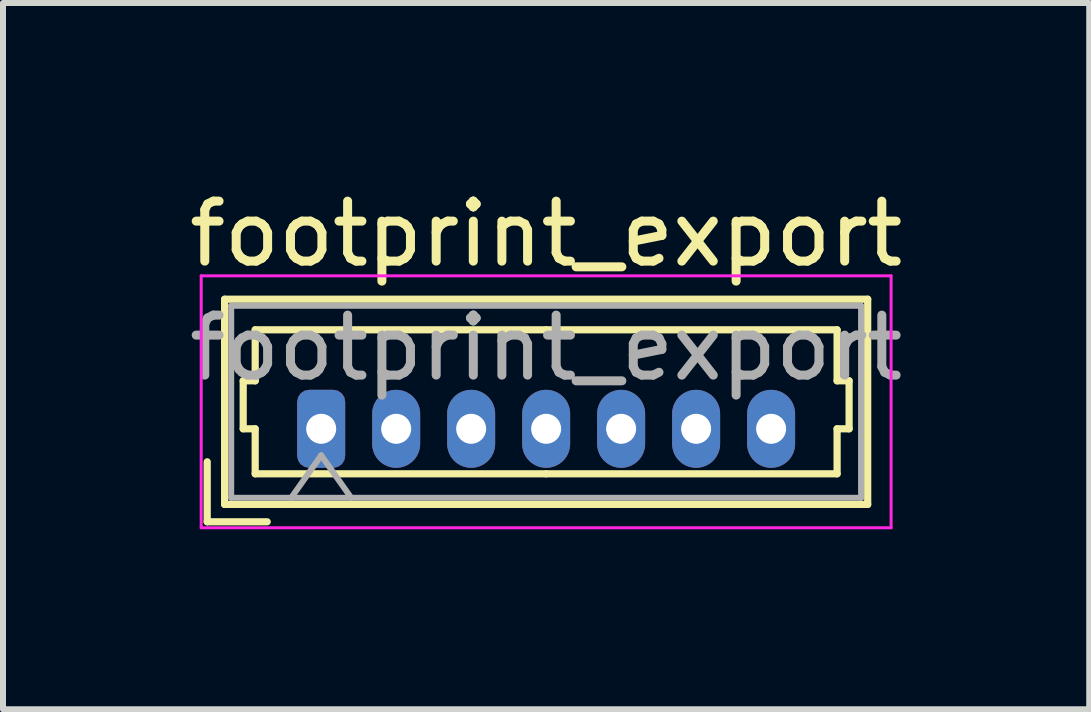
<source format=kicad_pcb>
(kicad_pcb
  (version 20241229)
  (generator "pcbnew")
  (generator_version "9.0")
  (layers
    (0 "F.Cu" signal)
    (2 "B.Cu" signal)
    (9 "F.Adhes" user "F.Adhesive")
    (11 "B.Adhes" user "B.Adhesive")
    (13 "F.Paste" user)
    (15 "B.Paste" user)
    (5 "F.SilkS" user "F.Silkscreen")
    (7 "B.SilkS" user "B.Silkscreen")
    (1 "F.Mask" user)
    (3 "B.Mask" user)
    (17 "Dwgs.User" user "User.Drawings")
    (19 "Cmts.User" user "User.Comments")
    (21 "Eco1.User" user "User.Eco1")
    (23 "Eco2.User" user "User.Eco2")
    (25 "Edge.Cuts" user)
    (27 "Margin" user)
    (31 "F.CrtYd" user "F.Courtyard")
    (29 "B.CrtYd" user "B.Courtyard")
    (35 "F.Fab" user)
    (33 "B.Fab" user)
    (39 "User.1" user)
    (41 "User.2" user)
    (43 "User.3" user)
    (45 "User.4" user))
  (footprint "footprint_export"
    (layer "F.Cu")
    (at 2.304 4.098)
    (property "Reference" "footprint_export" (at 3.75 -3.25 0) (layer "F.SilkS") (effects (font (size 1 1) (thickness 0.15))))
    (attr through_hole)
    (fp_line (start -1.9 1.55) (end -1.9 0.55) (stroke (width 0.12) (type solid)) (layer "F.SilkS"))
    (fp_line (start -1.9 1.55) (end -0.9 1.55) (stroke (width 0.12) (type solid)) (layer "F.SilkS"))
    (fp_line (start -1.61 -2.16) (end -1.61 1.26) (stroke (width 0.12) (type solid)) (layer "F.SilkS"))
    (fp_line (start -1.61 1.26) (end 9.11 1.26) (stroke (width 0.12) (type solid)) (layer "F.SilkS"))
    (fp_line (start -1.3 -0.8) (end -1.1 -0.8) (stroke (width 0.12) (type solid)) (layer "F.SilkS"))
    (fp_line (start -1.3 0) (end -1.3 -0.8) (stroke (width 0.12) (type solid)) (layer "F.SilkS"))
    (fp_line (start -1.1 -1.65) (end 3.75 -1.65) (stroke (width 0.12) (type solid)) (layer "F.SilkS"))
    (fp_line (start -1.1 -0.8) (end -1.1 -1.65) (stroke (width 0.12) (type solid)) (layer "F.SilkS"))
    (fp_line (start -1.1 0) (end -1.3 0) (stroke (width 0.12) (type solid)) (layer "F.SilkS"))
    (fp_line (start -1.1 0.75) (end -1.1 0) (stroke (width 0.12) (type solid)) (layer "F.SilkS"))
    (fp_line (start 3.75 0.75) (end -1.1 0.75) (stroke (width 0.12) (type solid)) (layer "F.SilkS"))
    (fp_line (start 3.75 0.75) (end 8.6 0.75) (stroke (width 0.12) (type solid)) (layer "F.SilkS"))
    (fp_line (start 8.6 -1.65) (end 3.75 -1.65) (stroke (width 0.12) (type solid)) (layer "F.SilkS"))
    (fp_line (start 8.6 -0.8) (end 8.6 -1.65) (stroke (width 0.12) (type solid)) (layer "F.SilkS"))
    (fp_line (start 8.6 0) (end 8.8 0) (stroke (width 0.12) (type solid)) (layer "F.SilkS"))
    (fp_line (start 8.6 0.75) (end 8.6 0) (stroke (width 0.12) (type solid)) (layer "F.SilkS"))
    (fp_line (start 8.8 -0.8) (end 8.6 -0.8) (stroke (width 0.12) (type solid)) (layer "F.SilkS"))
    (fp_line (start 8.8 0) (end 8.8 -0.8) (stroke (width 0.12) (type solid)) (layer "F.SilkS"))
    (fp_line (start 9.11 -2.16) (end -1.61 -2.16) (stroke (width 0.12) (type solid)) (layer "F.SilkS"))
    (fp_line (start 9.11 1.26) (end 9.11 -2.16) (stroke (width 0.12) (type solid)) (layer "F.SilkS"))
    (fp_line (start -2 -2.55) (end -2 1.65) (stroke (width 0.05) (type solid)) (layer "F.CrtYd"))
    (fp_line (start -2 1.65) (end 9.5 1.65) (stroke (width 0.05) (type solid)) (layer "F.CrtYd"))
    (fp_line (start 9.5 -2.55) (end -2 -2.55) (stroke (width 0.05) (type solid)) (layer "F.CrtYd"))
    (fp_line (start 9.5 1.65) (end 9.5 -2.55) (stroke (width 0.05) (type solid)) (layer "F.CrtYd"))
    (fp_line (start -1.5 -2.05) (end -1.5 1.15) (stroke (width 0.1) (type solid)) (layer "F.Fab"))
    (fp_line (start -1.5 1.15) (end 9 1.15) (stroke (width 0.1) (type solid)) (layer "F.Fab"))
    (fp_line (start -0.5 1.15) (end 0 0.443) (stroke (width 0.1) (type solid)) (layer "F.Fab"))
    (fp_line (start 0 0.443) (end 0.5 1.15) (stroke (width 0.1) (type solid)) (layer "F.Fab"))
    (fp_line (start 9 -2.05) (end -1.5 -2.05) (stroke (width 0.1) (type solid)) (layer "F.Fab"))
    (fp_line (start 9 1.15) (end 9 -2.05) (stroke (width 0.1) (type solid)) (layer "F.Fab"))
    (fp_text user "${REFERENCE}" (at 3.75 -1.35 0) (layer "F.Fab") (effects (font (size 1 1) (thickness 0.15))))
    (pad "1" thru_hole roundrect (at 0 0) (size 0.8 1.3) (drill 0.5) (layers "*.Cu" "*.Mask") (roundrect_rratio 0.25))
    (pad "2" thru_hole oval (at 1.25 0) (size 0.8 1.3) (drill 0.5) (layers "*.Cu" "*.Mask"))
    (pad "3" thru_hole oval (at 2.5 0) (size 0.8 1.3) (drill 0.5) (layers "*.Cu" "*.Mask"))
    (pad "4" thru_hole oval (at 3.75 0) (size 0.8 1.3) (drill 0.5) (layers "*.Cu" "*.Mask"))
    (pad "5" thru_hole oval (at 5 0) (size 0.8 1.3) (drill 0.5) (layers "*.Cu" "*.Mask"))
    (pad "6" thru_hole oval (at 6.25 0) (size 0.8 1.3) (drill 0.5) (layers "*.Cu" "*.Mask"))
    (pad "7" thru_hole oval (at 7.5 0) (size 0.8 1.3) (drill 0.5) (layers "*.Cu" "*.Mask")))
  (gr_rect
    (start -3 -3)
    (end 15.107 8.773)
    (stroke (width 0.1) (type default))
    (fill no)
    (layer "Edge.Cuts")))
</source>
